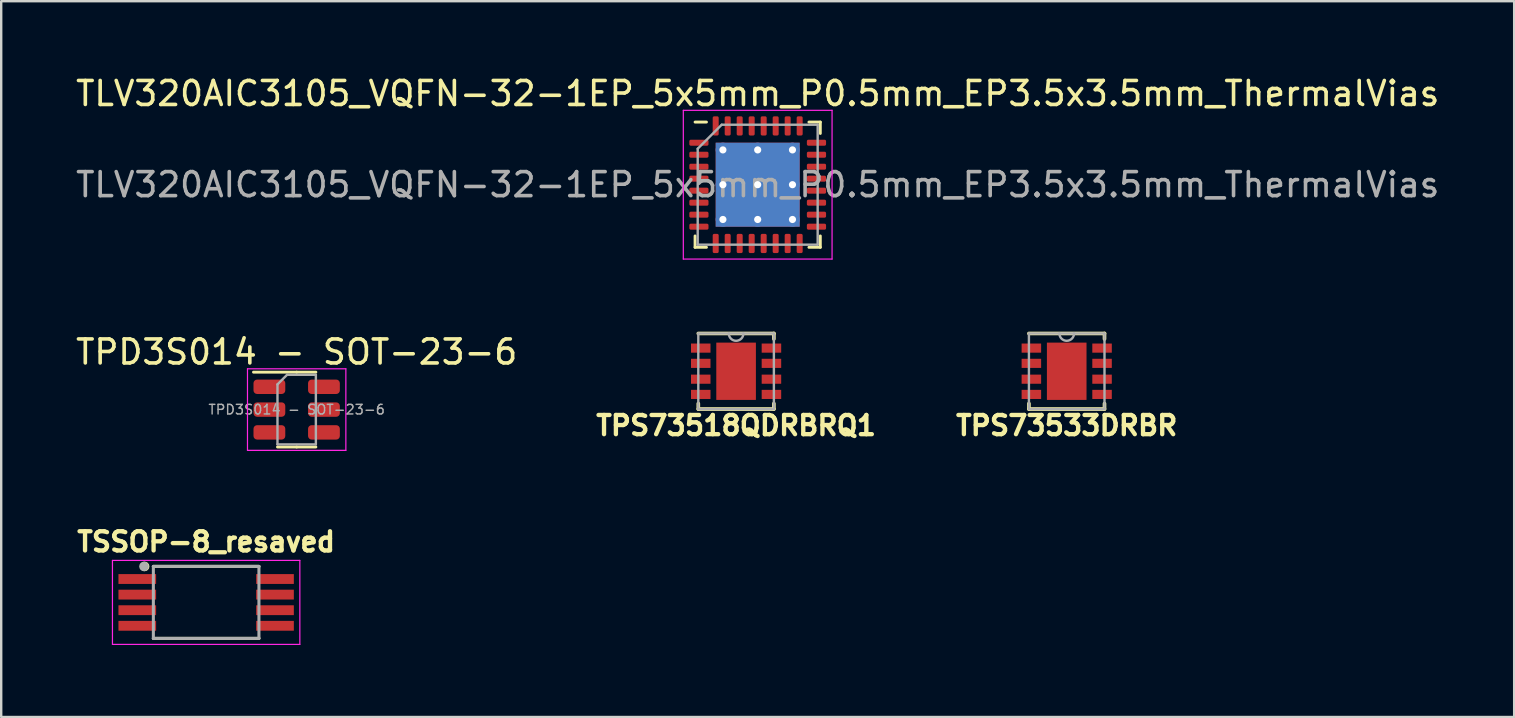
<source format=kicad_pcb>
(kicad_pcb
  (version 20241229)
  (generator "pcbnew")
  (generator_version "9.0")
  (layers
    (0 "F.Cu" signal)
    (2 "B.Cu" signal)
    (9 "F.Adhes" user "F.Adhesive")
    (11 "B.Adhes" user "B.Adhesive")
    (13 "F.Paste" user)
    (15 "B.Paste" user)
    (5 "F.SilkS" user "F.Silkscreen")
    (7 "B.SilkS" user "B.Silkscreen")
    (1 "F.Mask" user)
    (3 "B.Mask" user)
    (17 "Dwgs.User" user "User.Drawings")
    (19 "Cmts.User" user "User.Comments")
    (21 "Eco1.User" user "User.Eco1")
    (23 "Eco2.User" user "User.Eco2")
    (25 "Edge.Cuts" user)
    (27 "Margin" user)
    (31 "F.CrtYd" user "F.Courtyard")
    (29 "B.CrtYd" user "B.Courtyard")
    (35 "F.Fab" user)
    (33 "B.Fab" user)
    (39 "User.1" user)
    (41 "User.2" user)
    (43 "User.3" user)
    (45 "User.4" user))
  (footprint "TSSOP-8_resaved"
    (layer "F.Cu")
    (at 5.542 22.058)
    (property "Reference" "TSSOP-8_resaved" (at 0 -2.527 0) (layer "F.SilkS") (effects (font (size 0.8 0.8) (thickness 0.18))))
    (attr smd)
    (fp_line (start -2.2 -1.5) (end 2.2 -1.5) (stroke (width 0.127) (type solid)) (layer "F.SilkS"))
    (fp_line (start -2.2 1.5) (end 2.2 1.5) (stroke (width 0.127) (type solid)) (layer "F.SilkS"))
    (fp_circle (center -2.565 -1.499) (end -2.465 -1.499) (stroke (width 0.2) (type solid)) (fill no) (layer "F.SilkS"))
    (fp_line (start -3.905 -1.75) (end -3.905 1.75) (stroke (width 0.05) (type solid)) (layer "F.CrtYd"))
    (fp_line (start -3.905 -1.75) (end 3.905 -1.75) (stroke (width 0.05) (type solid)) (layer "F.CrtYd"))
    (fp_line (start -3.905 1.75) (end 3.905 1.75) (stroke (width 0.05) (type solid)) (layer "F.CrtYd"))
    (fp_line (start 3.905 -1.75) (end 3.905 1.75) (stroke (width 0.05) (type solid)) (layer "F.CrtYd"))
    (fp_line (start -2.2 -1.5) (end -2.2 1.5) (stroke (width 0.127) (type solid)) (layer "F.Fab"))
    (fp_line (start -2.2 -1.5) (end 2.2 -1.5) (stroke (width 0.127) (type solid)) (layer "F.Fab"))
    (fp_line (start -2.2 1.5) (end 2.2 1.5) (stroke (width 0.127) (type solid)) (layer "F.Fab"))
    (fp_line (start 2.2 -1.5) (end 2.2 1.5) (stroke (width 0.127) (type solid)) (layer "F.Fab"))
    (fp_circle (center -2.591 -1.499) (end -2.491 -1.499) (stroke (width 0.2) (type solid)) (fill no) (layer "F.Fab"))
    (pad "1" smd rect (at -2.87 -0.975) (size 1.57 0.41) (layers "F.Cu" "F.Mask" "F.Paste"))
    (pad "2" smd rect (at -2.87 -0.325) (size 1.57 0.41) (layers "F.Cu" "F.Mask" "F.Paste"))
    (pad "3" smd rect (at -2.87 0.325) (size 1.57 0.41) (layers "F.Cu" "F.Mask" "F.Paste"))
    (pad "4" smd rect (at -2.87 0.975) (size 1.57 0.41) (layers "F.Cu" "F.Mask" "F.Paste"))
    (pad "5" smd rect (at 2.87 0.975) (size 1.57 0.41) (layers "F.Cu" "F.Mask" "F.Paste"))
    (pad "6" smd rect (at 2.87 0.325) (size 1.57 0.41) (layers "F.Cu" "F.Mask" "F.Paste"))
    (pad "7" smd rect (at 2.87 -0.325) (size 1.57 0.41) (layers "F.Cu" "F.Mask" "F.Paste"))
    (pad "8" smd rect (at 2.87 -0.975) (size 1.57 0.41) (layers "F.Cu" "F.Mask" "F.Paste")))
  (footprint "TPS73518QDRBRQ1"
    (layer "F.Cu")
    (at 27.63 12.424)
    (property "Reference" "TPS73518QDRBRQ1" (at 0 2.261 180) (layer "F.SilkS") (effects (font (size 0.8 0.8) (thickness 0.18))))
    (attr through_hole)
    (fp_line (start -1.575 1.346) (end -1.575 1.575) (stroke (width 0.152) (type solid)) (layer "F.SilkS"))
    (fp_line (start -1.575 1.575) (end 1.575 1.575) (stroke (width 0.152) (type solid)) (layer "F.SilkS"))
    (fp_line (start 1.575 -1.575) (end -1.575 -1.575) (stroke (width 0.152) (type solid)) (layer "F.SilkS"))
    (fp_line (start 1.575 -1.575) (end 1.575 -1.346) (stroke (width 0.152) (type solid)) (layer "F.SilkS"))
    (fp_line (start 1.575 1.346) (end 1.575 1.575) (stroke (width 0.152) (type solid)) (layer "F.SilkS"))
    (fp_line (start -1.575 -1.575) (end -1.575 1.575) (stroke (width 0.1) (type solid)) (layer "F.Fab"))
    (fp_line (start -1.575 1.575) (end 1.575 1.575) (stroke (width 0.1) (type solid)) (layer "F.Fab"))
    (fp_line (start -0.305 -1.575) (end -1.575 -1.575) (stroke (width 0.1) (type solid)) (layer "F.Fab"))
    (fp_line (start 0.305 -1.575) (end -0.305 -1.575) (stroke (width 0.1) (type solid)) (layer "F.Fab"))
    (fp_line (start 1.575 -1.575) (end 0.305 -1.575) (stroke (width 0.1) (type solid)) (layer "F.Fab"))
    (fp_line (start 1.575 1.575) (end 1.575 -1.575) (stroke (width 0.1) (type solid)) (layer "F.Fab"))
    (fp_arc (start 0.3048 -1.5748) (mid 0 -1.27) (end -0.3048 -1.5748) (stroke (width 0.1) (type solid)) (layer "F.Fab"))
    (pad "1" smd rect (at -1.473 -0.965) (size 0.813 0.381) (layers "F.Cu" "F.Mask" "F.Paste"))
    (pad "2" smd rect (at -1.473 -0.33) (size 0.813 0.381) (layers "F.Cu" "F.Mask" "F.Paste"))
    (pad "3" smd rect (at -1.473 0.33) (size 0.813 0.381) (layers "F.Cu" "F.Mask" "F.Paste"))
    (pad "4" smd rect (at -1.473 0.965) (size 0.813 0.381) (layers "F.Cu" "F.Mask" "F.Paste"))
    (pad "5" smd rect (at 1.473 0.965) (size 0.813 0.381) (layers "F.Cu" "F.Mask" "F.Paste"))
    (pad "6" smd rect (at 1.473 0.33) (size 0.813 0.381) (layers "F.Cu" "F.Mask" "F.Paste"))
    (pad "7" smd rect (at 1.473 -0.33) (size 0.813 0.381) (layers "F.Cu" "F.Mask" "F.Paste"))
    (pad "8" smd rect (at 1.473 -0.965) (size 0.813 0.381) (layers "F.Cu" "F.Mask" "F.Paste"))
    (pad "9" smd rect (at 0 0) (size 1.651 2.388) (layers "F.Cu" "F.Mask" "F.Paste")))
  (footprint "TLV320AIC3105_VQFN-32-1EP_5x5mm_P0.5mm_EP3.5x3.5mm_ThermalVias"
    (layer "F.Cu")
    (at 28.53 4.648)
    (property "Reference" "TLV320AIC3105_VQFN-32-1EP_5x5mm_P0.5mm_EP3.5x3.5mm_ThermalVias" (at 0 -3.8 0) (layer "F.SilkS") (effects (font (size 1 1) (thickness 0.15))))
    (attr smd)
    (fp_line (start -2.61 2.61) (end -2.61 2.135) (stroke (width 0.12) (type solid)) (layer "F.SilkS"))
    (fp_line (start -2.135 -2.61) (end -2.61 -2.61) (stroke (width 0.12) (type solid)) (layer "F.SilkS"))
    (fp_line (start -2.135 2.61) (end -2.61 2.61) (stroke (width 0.12) (type solid)) (layer "F.SilkS"))
    (fp_line (start 2.135 -2.61) (end 2.61 -2.61) (stroke (width 0.12) (type solid)) (layer "F.SilkS"))
    (fp_line (start 2.135 2.61) (end 2.61 2.61) (stroke (width 0.12) (type solid)) (layer "F.SilkS"))
    (fp_line (start 2.61 -2.61) (end 2.61 -2.135) (stroke (width 0.12) (type solid)) (layer "F.SilkS"))
    (fp_line (start 2.61 2.61) (end 2.61 2.135) (stroke (width 0.12) (type solid)) (layer "F.SilkS"))
    (fp_line (start -3.1 -3.1) (end -3.1 3.1) (stroke (width 0.05) (type solid)) (layer "F.CrtYd"))
    (fp_line (start -3.1 3.1) (end 3.1 3.1) (stroke (width 0.05) (type solid)) (layer "F.CrtYd"))
    (fp_line (start 3.1 -3.1) (end -3.1 -3.1) (stroke (width 0.05) (type solid)) (layer "F.CrtYd"))
    (fp_line (start 3.1 3.1) (end 3.1 -3.1) (stroke (width 0.05) (type solid)) (layer "F.CrtYd"))
    (fp_line (start -2.5 -1.5) (end -1.5 -2.5) (stroke (width 0.1) (type solid)) (layer "F.Fab"))
    (fp_line (start -2.5 2.5) (end -2.5 -1.5) (stroke (width 0.1) (type solid)) (layer "F.Fab"))
    (fp_line (start -1.5 -2.5) (end 2.5 -2.5) (stroke (width 0.1) (type solid)) (layer "F.Fab"))
    (fp_line (start 2.5 -2.5) (end 2.5 2.5) (stroke (width 0.1) (type solid)) (layer "F.Fab"))
    (fp_line (start 2.5 2.5) (end -2.5 2.5) (stroke (width 0.1) (type solid)) (layer "F.Fab"))
    (fp_text user "${REFERENCE}" (at 0 0 0) (layer "F.Fab") (effects (font (size 1 1) (thickness 0.15))))
    (pad "" smd roundrect (at -0.875 -0.875) (size 1.46 1.46) (layers "F.Paste") (roundrect_rratio 0.171))
    (pad "" smd roundrect (at -0.875 0.875) (size 1.46 1.46) (layers "F.Paste") (roundrect_rratio 0.171))
    (pad "" smd roundrect (at 0.875 -0.875) (size 1.46 1.46) (layers "F.Paste") (roundrect_rratio 0.171))
    (pad "" smd roundrect (at 0.875 0.875) (size 1.46 1.46) (layers "F.Paste") (roundrect_rratio 0.171))
    (pad "1" smd roundrect (at -2.45 -1.75) (size 0.8 0.25) (layers "F.Cu" "F.Mask" "F.Paste") (roundrect_rratio 0.25))
    (pad "2" smd roundrect (at -2.45 -1.25) (size 0.8 0.25) (layers "F.Cu" "F.Mask" "F.Paste") (roundrect_rratio 0.25))
    (pad "3" smd roundrect (at -2.45 -0.75) (size 0.8 0.25) (layers "F.Cu" "F.Mask" "F.Paste") (roundrect_rratio 0.25))
    (pad "4" smd roundrect (at -2.45 -0.25) (size 0.8 0.25) (layers "F.Cu" "F.Mask" "F.Paste") (roundrect_rratio 0.25))
    (pad "5" smd roundrect (at -2.45 0.25) (size 0.8 0.25) (layers "F.Cu" "F.Mask" "F.Paste") (roundrect_rratio 0.25))
    (pad "6" smd roundrect (at -2.45 0.75) (size 0.8 0.25) (layers "F.Cu" "F.Mask" "F.Paste") (roundrect_rratio 0.25))
    (pad "7" smd roundrect (at -2.45 1.25) (size 0.8 0.25) (layers "F.Cu" "F.Mask" "F.Paste") (roundrect_rratio 0.25))
    (pad "8" smd roundrect (at -2.45 1.75) (size 0.8 0.25) (layers "F.Cu" "F.Mask" "F.Paste") (roundrect_rratio 0.25))
    (pad "9" smd roundrect (at -1.75 2.45) (size 0.25 0.8) (layers "F.Cu" "F.Mask" "F.Paste") (roundrect_rratio 0.25))
    (pad "10" smd roundrect (at -1.25 2.45) (size 0.25 0.8) (layers "F.Cu" "F.Mask" "F.Paste") (roundrect_rratio 0.25))
    (pad "11" smd roundrect (at -0.75 2.45) (size 0.25 0.8) (layers "F.Cu" "F.Mask" "F.Paste") (roundrect_rratio 0.25))
    (pad "12" smd roundrect (at -0.25 2.45) (size 0.25 0.8) (layers "F.Cu" "F.Mask" "F.Paste") (roundrect_rratio 0.25))
    (pad "13" smd roundrect (at 0.25 2.45) (size 0.25 0.8) (layers "F.Cu" "F.Mask" "F.Paste") (roundrect_rratio 0.25))
    (pad "14" smd roundrect (at 0.75 2.45) (size 0.25 0.8) (layers "F.Cu" "F.Mask" "F.Paste") (roundrect_rratio 0.25))
    (pad "15" smd roundrect (at 1.25 2.45) (size 0.25 0.8) (layers "F.Cu" "F.Mask" "F.Paste") (roundrect_rratio 0.25))
    (pad "16" smd roundrect (at 1.75 2.45) (size 0.25 0.8) (layers "F.Cu" "F.Mask" "F.Paste") (roundrect_rratio 0.25))
    (pad "17" smd roundrect (at 2.45 1.75) (size 0.8 0.25) (layers "F.Cu" "F.Mask" "F.Paste") (roundrect_rratio 0.25))
    (pad "18" smd roundrect (at 2.45 1.25) (size 0.8 0.25) (layers "F.Cu" "F.Mask" "F.Paste") (roundrect_rratio 0.25))
    (pad "19" smd roundrect (at 2.45 0.75) (size 0.8 0.25) (layers "F.Cu" "F.Mask" "F.Paste") (roundrect_rratio 0.25))
    (pad "20" smd roundrect (at 2.45 0.25) (size 0.8 0.25) (layers "F.Cu" "F.Mask" "F.Paste") (roundrect_rratio 0.25))
    (pad "21" smd roundrect (at 2.45 -0.25) (size 0.8 0.25) (layers "F.Cu" "F.Mask" "F.Paste") (roundrect_rratio 0.25))
    (pad "22" smd roundrect (at 2.45 -0.75) (size 0.8 0.25) (layers "F.Cu" "F.Mask" "F.Paste") (roundrect_rratio 0.25))
    (pad "23" smd roundrect (at 2.45 -1.25) (size 0.8 0.25) (layers "F.Cu" "F.Mask" "F.Paste") (roundrect_rratio 0.25))
    (pad "24" smd roundrect (at 2.45 -1.75) (size 0.8 0.25) (layers "F.Cu" "F.Mask" "F.Paste") (roundrect_rratio 0.25))
    (pad "25" smd roundrect (at 1.75 -2.45) (size 0.25 0.8) (layers "F.Cu" "F.Mask" "F.Paste") (roundrect_rratio 0.25))
    (pad "26" smd roundrect (at 1.25 -2.45) (size 0.25 0.8) (layers "F.Cu" "F.Mask" "F.Paste") (roundrect_rratio 0.25))
    (pad "27" smd roundrect (at 0.75 -2.45) (size 0.25 0.8) (layers "F.Cu" "F.Mask" "F.Paste") (roundrect_rratio 0.25))
    (pad "28" smd roundrect (at 0.25 -2.45) (size 0.25 0.8) (layers "F.Cu" "F.Mask" "F.Paste") (roundrect_rratio 0.25))
    (pad "29" smd roundrect (at -0.25 -2.45) (size 0.25 0.8) (layers "F.Cu" "F.Mask" "F.Paste") (roundrect_rratio 0.25))
    (pad "30" smd roundrect (at -0.75 -2.45) (size 0.25 0.8) (layers "F.Cu" "F.Mask" "F.Paste") (roundrect_rratio 0.25))
    (pad "31" smd roundrect (at -1.25 -2.45) (size 0.25 0.8) (layers "F.Cu" "F.Mask" "F.Paste") (roundrect_rratio 0.25))
    (pad "32" smd roundrect (at -1.75 -2.45) (size 0.25 0.8) (layers "F.Cu" "F.Mask" "F.Paste") (roundrect_rratio 0.25))
    (pad "33" thru_hole circle (at -1.45 -1.45) (size 0.6 0.6) (drill 0.3) (layers "*.Cu"))
    (pad "33" thru_hole circle (at -1.45 0) (size 0.6 0.6) (drill 0.3) (layers "*.Cu"))
    (pad "33" thru_hole circle (at -1.45 1.45) (size 0.6 0.6) (drill 0.3) (layers "*.Cu"))
    (pad "33" thru_hole circle (at 0 -1.45) (size 0.6 0.6) (drill 0.3) (layers "*.Cu"))
    (pad "33" thru_hole circle (at 0 0) (size 0.6 0.6) (drill 0.3) (layers "*.Cu"))
    (pad "33" smd rect (at 0 0) (size 3.5 3.5) (layers "F.Cu" "F.Mask"))
    (pad "33" smd rect (at 0 0) (size 3.5 3.5) (layers "B.Cu"))
    (pad "33" thru_hole circle (at 0 1.45) (size 0.6 0.6) (drill 0.3) (layers "*.Cu"))
    (pad "33" thru_hole circle (at 1.45 -1.45) (size 0.6 0.6) (drill 0.3) (layers "*.Cu"))
    (pad "33" thru_hole circle (at 1.45 0) (size 0.6 0.6) (drill 0.3) (layers "*.Cu"))
    (pad "33" thru_hole circle (at 1.45 1.45) (size 0.6 0.6) (drill 0.3) (layers "*.Cu")))
  (footprint "TPS73533DRBR"
    (layer "F.Cu")
    (at 41.41 12.424)
    (property "Reference" "TPS73533DRBR" (at 0 2.261 180) (layer "F.SilkS") (effects (font (size 0.8 0.8) (thickness 0.18))))
    (attr through_hole)
    (fp_line (start -1.575 1.346) (end -1.575 1.575) (stroke (width 0.152) (type solid)) (layer "F.SilkS"))
    (fp_line (start -1.575 1.575) (end 1.575 1.575) (stroke (width 0.152) (type solid)) (layer "F.SilkS"))
    (fp_line (start 1.575 -1.575) (end -1.575 -1.575) (stroke (width 0.152) (type solid)) (layer "F.SilkS"))
    (fp_line (start 1.575 -1.575) (end 1.575 -1.346) (stroke (width 0.152) (type solid)) (layer "F.SilkS"))
    (fp_line (start 1.575 1.346) (end 1.575 1.575) (stroke (width 0.152) (type solid)) (layer "F.SilkS"))
    (fp_line (start -1.575 -1.575) (end -1.575 1.575) (stroke (width 0.1) (type solid)) (layer "F.Fab"))
    (fp_line (start -1.575 1.575) (end 1.575 1.575) (stroke (width 0.1) (type solid)) (layer "F.Fab"))
    (fp_line (start -0.305 -1.575) (end -1.575 -1.575) (stroke (width 0.1) (type solid)) (layer "F.Fab"))
    (fp_line (start 0.305 -1.575) (end -0.305 -1.575) (stroke (width 0.1) (type solid)) (layer "F.Fab"))
    (fp_line (start 1.575 -1.575) (end 0.305 -1.575) (stroke (width 0.1) (type solid)) (layer "F.Fab"))
    (fp_line (start 1.575 1.575) (end 1.575 -1.575) (stroke (width 0.1) (type solid)) (layer "F.Fab"))
    (fp_arc (start 0.3048 -1.5748) (mid 0 -1.27) (end -0.3048 -1.5748) (stroke (width 0.1) (type solid)) (layer "F.Fab"))
    (pad "1" smd rect (at -1.473 -0.965) (size 0.813 0.381) (layers "F.Cu" "F.Mask" "F.Paste"))
    (pad "2" smd rect (at -1.473 -0.33) (size 0.813 0.381) (layers "F.Cu" "F.Mask" "F.Paste"))
    (pad "3" smd rect (at -1.473 0.33) (size 0.813 0.381) (layers "F.Cu" "F.Mask" "F.Paste"))
    (pad "4" smd rect (at -1.473 0.965) (size 0.813 0.381) (layers "F.Cu" "F.Mask" "F.Paste"))
    (pad "5" smd rect (at 1.473 0.965) (size 0.813 0.381) (layers "F.Cu" "F.Mask" "F.Paste"))
    (pad "6" smd rect (at 1.473 0.33) (size 0.813 0.381) (layers "F.Cu" "F.Mask" "F.Paste"))
    (pad "7" smd rect (at 1.473 -0.33) (size 0.813 0.381) (layers "F.Cu" "F.Mask" "F.Paste"))
    (pad "8" smd rect (at 1.473 -0.965) (size 0.813 0.381) (layers "F.Cu" "F.Mask" "F.Paste"))
    (pad "9" smd rect (at 0 0) (size 1.651 2.388) (layers "F.Cu" "F.Mask" "F.Paste")))
  (footprint "TPD3S014 - SOT-23-6"
    (layer "F.Cu")
    (at 9.315 14.021)
    (property "Reference" "TPD3S014 - SOT-23-6" (at 0 -2.4 0) (layer "F.SilkS") (effects (font (size 1 1) (thickness 0.15))))
    (attr smd)
    (fp_line (start 0 -1.56) (end -1.8 -1.56) (stroke (width 0.12) (type solid)) (layer "F.SilkS"))
    (fp_line (start 0 -1.56) (end 0.8 -1.56) (stroke (width 0.12) (type solid)) (layer "F.SilkS"))
    (fp_line (start 0 1.56) (end -0.8 1.56) (stroke (width 0.12) (type solid)) (layer "F.SilkS"))
    (fp_line (start 0 1.56) (end 0.8 1.56) (stroke (width 0.12) (type solid)) (layer "F.SilkS"))
    (fp_line (start -2.05 -1.7) (end -2.05 1.7) (stroke (width 0.05) (type solid)) (layer "F.CrtYd"))
    (fp_line (start -2.05 1.7) (end 2.05 1.7) (stroke (width 0.05) (type solid)) (layer "F.CrtYd"))
    (fp_line (start 2.05 -1.7) (end -2.05 -1.7) (stroke (width 0.05) (type solid)) (layer "F.CrtYd"))
    (fp_line (start 2.05 1.7) (end 2.05 -1.7) (stroke (width 0.05) (type solid)) (layer "F.CrtYd"))
    (fp_line (start -0.8 -1.05) (end -0.4 -1.45) (stroke (width 0.1) (type solid)) (layer "F.Fab"))
    (fp_line (start -0.8 1.45) (end -0.8 -1.05) (stroke (width 0.1) (type solid)) (layer "F.Fab"))
    (fp_line (start -0.4 -1.45) (end 0.8 -1.45) (stroke (width 0.1) (type solid)) (layer "F.Fab"))
    (fp_line (start 0.8 -1.45) (end 0.8 1.45) (stroke (width 0.1) (type solid)) (layer "F.Fab"))
    (fp_line (start 0.8 1.45) (end -0.8 1.45) (stroke (width 0.1) (type solid)) (layer "F.Fab"))
    (fp_text user "${REFERENCE}" (at 0 0 0) (layer "F.Fab") (effects (font (size 0.4 0.4) (thickness 0.06))))
    (pad "1" smd roundrect (at -1.137 -0.95) (size 1.325 0.6) (layers "F.Cu" "F.Mask" "F.Paste") (roundrect_rratio 0.25))
    (pad "2" smd roundrect (at -1.137 0) (size 1.325 0.6) (layers "F.Cu" "F.Mask" "F.Paste") (roundrect_rratio 0.25))
    (pad "3" smd roundrect (at -1.137 0.95) (size 1.325 0.6) (layers "F.Cu" "F.Mask" "F.Paste") (roundrect_rratio 0.25))
    (pad "4" smd roundrect (at 1.137 0.95) (size 1.325 0.6) (layers "F.Cu" "F.Mask" "F.Paste") (roundrect_rratio 0.25))
    (pad "5" smd roundrect (at 1.137 0) (size 1.325 0.6) (layers "F.Cu" "F.Mask" "F.Paste") (roundrect_rratio 0.25))
    (pad "6" smd roundrect (at 1.137 -0.95) (size 1.325 0.6) (layers "F.Cu" "F.Mask" "F.Paste") (roundrect_rratio 0.25)))
  (gr_rect
    (start -3 -3)
    (end 60.06 26.833)
    (stroke (width 0.1) (type default))
    (fill no)
    (layer "Edge.Cuts")))
</source>
